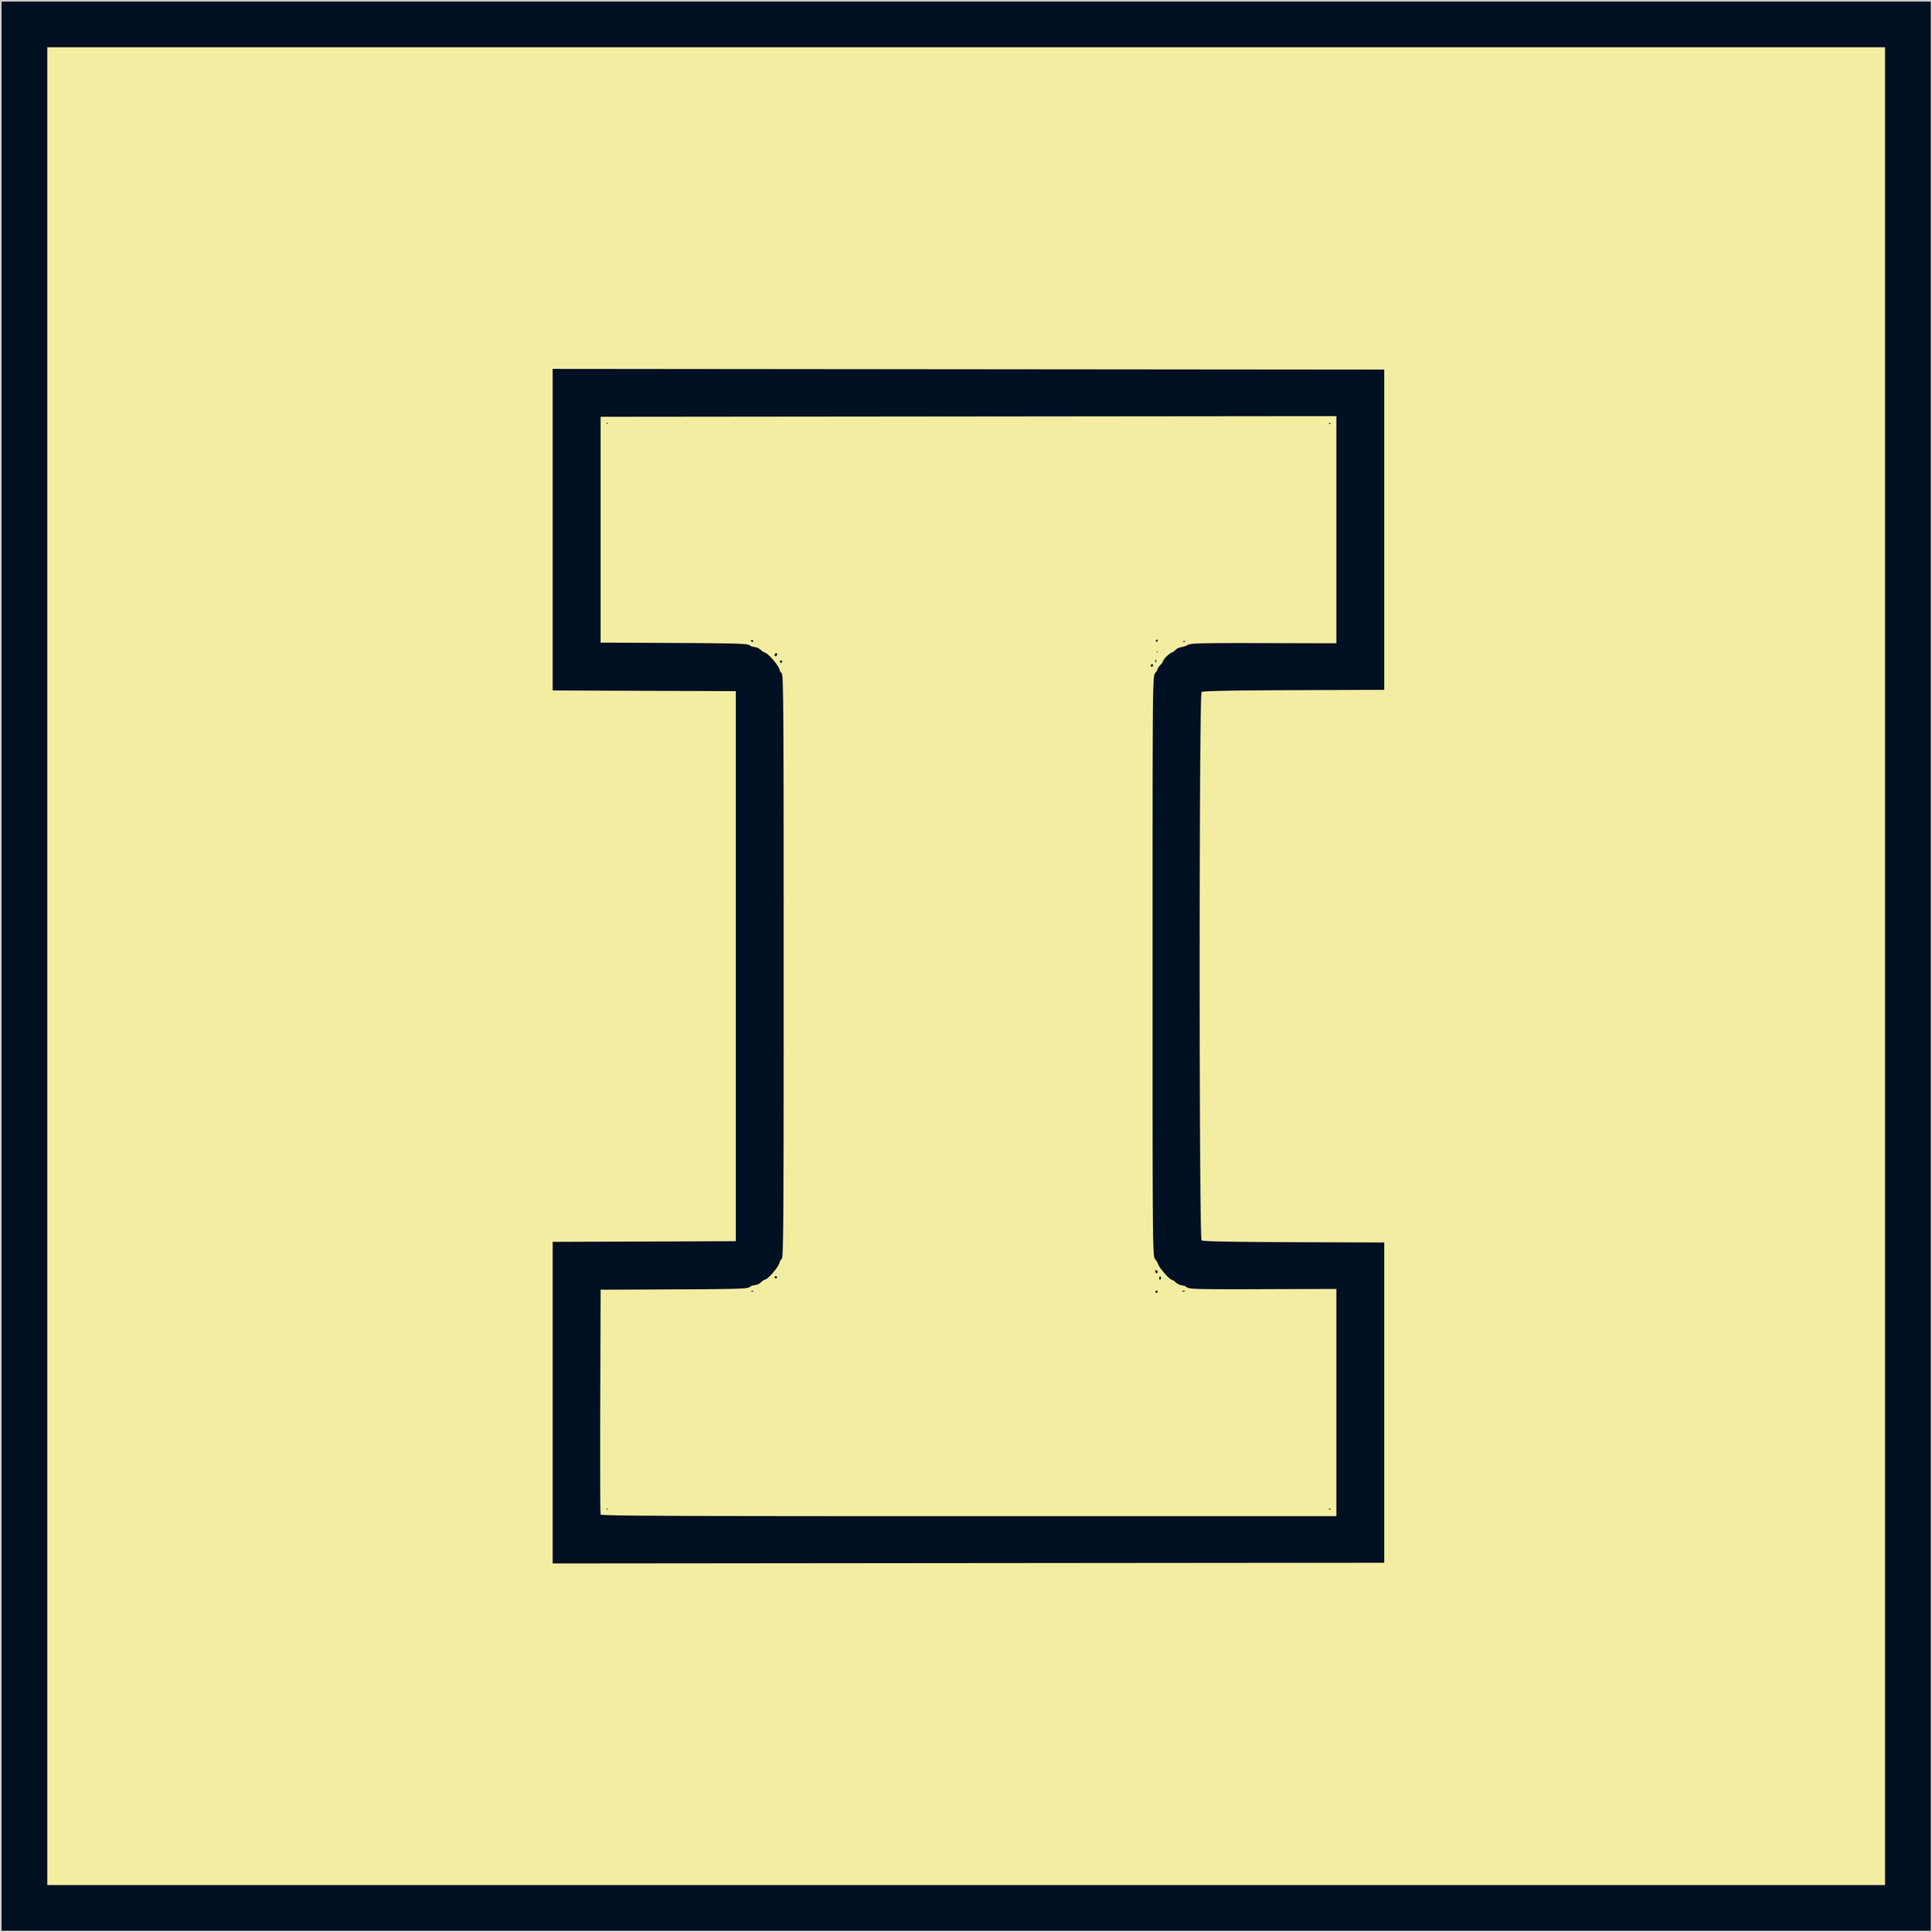
<source format=kicad_pcb>
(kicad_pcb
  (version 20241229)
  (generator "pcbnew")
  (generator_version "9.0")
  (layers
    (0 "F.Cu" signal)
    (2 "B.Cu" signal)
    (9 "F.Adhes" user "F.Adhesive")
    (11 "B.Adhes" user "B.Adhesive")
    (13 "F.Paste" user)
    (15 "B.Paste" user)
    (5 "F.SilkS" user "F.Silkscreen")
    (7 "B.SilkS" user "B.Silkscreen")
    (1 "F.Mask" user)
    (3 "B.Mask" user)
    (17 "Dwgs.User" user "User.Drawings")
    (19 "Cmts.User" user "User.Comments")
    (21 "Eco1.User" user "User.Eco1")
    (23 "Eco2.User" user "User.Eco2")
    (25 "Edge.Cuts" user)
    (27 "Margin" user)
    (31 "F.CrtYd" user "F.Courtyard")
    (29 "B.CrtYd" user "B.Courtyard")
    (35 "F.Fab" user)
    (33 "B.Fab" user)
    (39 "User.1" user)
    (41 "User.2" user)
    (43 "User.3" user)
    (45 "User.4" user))
  (footprint "I"
    (layer "F.Cu")
    (at 59.267 59.267)
    (property "Reference" "I" (at 0 0 0) (layer "F.SilkS") (effects (font (size 1.5 1.5) (thickness 0.3))))
    (attr board_only exclude_from_pos_files exclude_from_bom)
    (fp_poly (pts (xy 59.267 0) (xy 59.267 59.267) (xy 0 59.267) (xy -59.267 59.267) (xy -59.267 0) (xy -59.267 -38.524) (xy -26.67 -38.524) (xy -26.67 -28.152) (xy -26.67 -17.781) (xy -20.765 -17.759) (xy -14.859 -17.738) (xy -14.859 0) (xy -14.859 17.738) (xy -20.765 17.759) (xy -26.67 17.781) (xy -26.67 28.152) (xy -26.67 38.524) (xy 0.148 38.502) (xy 26.966 38.481) (xy 26.966 28.152) (xy 26.966 17.822) (xy 21.132 17.801) (xy 19.866 17.795) (xy 18.765 17.788) (xy 17.821 17.779) (xy 17.031 17.769) (xy 16.389 17.756) (xy 15.889 17.742) (xy 15.526 17.726) (xy 15.295 17.708) (xy 15.19 17.688) (xy 15.185 17.685) (xy 15.171 17.59) (xy 15.158 17.335) (xy 15.146 16.931) (xy 15.134 16.385) (xy 15.124 15.709) (xy 15.114 14.912) (xy 15.105 14.003) (xy 15.097 12.992) (xy 15.089 11.889) (xy 15.083 10.703) (xy 15.077 9.444) (xy 15.072 8.122) (xy 15.068 6.746) (xy 15.064 5.325) (xy 15.062 3.87) (xy 15.06 2.39) (xy 15.059 0.894) (xy 15.059 -0.607) (xy 15.06 -2.104) (xy 15.061 -3.588) (xy 15.064 -5.049) (xy 15.067 -6.477) (xy 15.071 -7.862) (xy 15.076 -9.196) (xy 15.081 -10.468) (xy 15.088 -11.668) (xy 15.095 -12.788) (xy 15.103 -13.817) (xy 15.112 -14.746) (xy 15.122 -15.566) (xy 15.132 -16.266) (xy 15.144 -16.837) (xy 15.156 -17.269) (xy 15.169 -17.553) (xy 15.183 -17.68) (xy 15.185 -17.685) (xy 15.272 -17.706) (xy 15.485 -17.724) (xy 15.829 -17.74) (xy 16.309 -17.755) (xy 16.93 -17.767) (xy 17.699 -17.778) (xy 18.62 -17.787) (xy 19.699 -17.794) (xy 20.941 -17.8) (xy 21.132 -17.801) (xy 26.966 -17.822) (xy 26.966 -28.152) (xy 26.966 -38.481) (xy 0.148 -38.502) (xy -26.67 -38.524) (xy -59.267 -38.524) (xy -59.267 -59.267) (xy 0 -59.267) (xy 59.267 -59.267)) (stroke (width 0) (type solid)) (fill yes) (layer "F.SilkS"))
    (fp_poly (pts (xy 23.876 -28.151) (xy 23.876 -20.828) (xy 19.177 -20.838) (xy 18.156 -20.84) (xy 17.291 -20.84) (xy 16.568 -20.839) (xy 15.973 -20.835) (xy 15.495 -20.829) (xy 15.118 -20.821) (xy 14.83 -20.809) (xy 14.616 -20.794) (xy 14.464 -20.775) (xy 14.36 -20.751) (xy 14.291 -20.724) (xy 14.27 -20.711) (xy 14.044 -20.608) (xy 13.859 -20.574) (xy 13.649 -20.513) (xy 13.504 -20.405) (xy 13.363 -20.278) (xy 13.272 -20.235) (xy 13.154 -20.177) (xy 12.986 -20.038) (xy 12.822 -19.87) (xy 12.715 -19.724) (xy 12.7 -19.677) (xy 12.643 -19.556) (xy 12.531 -19.431) (xy 12.404 -19.29) (xy 12.361 -19.198) (xy 12.313 -19.082) (xy 12.197 -18.91) (xy 12.192 -18.904) (xy 12.173 -18.878) (xy 12.156 -18.846) (xy 12.139 -18.802) (xy 12.125 -18.739) (xy 12.111 -18.649) (xy 12.099 -18.527) (xy 12.088 -18.366) (xy 12.078 -18.16) (xy 12.069 -17.9) (xy 12.061 -17.582) (xy 12.054 -17.198) (xy 12.048 -16.741) (xy 12.043 -16.205) (xy 12.039 -15.584) (xy 12.035 -14.87) (xy 12.032 -14.057) (xy 12.029 -13.138) (xy 12.027 -12.107) (xy 12.026 -10.957) (xy 12.025 -9.681) (xy 12.024 -8.273) (xy 12.023 -6.726) (xy 12.023 -5.033) (xy 12.023 -3.187) (xy 12.023 -1.183) (xy 12.023 0) (xy 12.023 2.095) (xy 12.023 4.028) (xy 12.023 5.805) (xy 12.023 7.432) (xy 12.024 8.916) (xy 12.025 10.265) (xy 12.026 11.484) (xy 12.028 12.58) (xy 12.03 13.561) (xy 12.033 14.431) (xy 12.037 15.2) (xy 12.041 15.872) (xy 12.045 16.454) (xy 12.051 16.954) (xy 12.057 17.377) (xy 12.065 17.731) (xy 12.073 18.023) (xy 12.082 18.258) (xy 12.093 18.443) (xy 12.104 18.586) (xy 12.117 18.693) (xy 12.131 18.77) (xy 12.146 18.824) (xy 12.163 18.862) (xy 12.181 18.89) (xy 12.192 18.904) (xy 12.309 19.065) (xy 12.361 19.163) (xy 12.361 19.165) (xy 12.416 19.307) (xy 12.555 19.517) (xy 12.745 19.756) (xy 12.949 19.983) (xy 13.134 20.155) (xy 13.263 20.233) (xy 13.272 20.234) (xy 13.404 20.294) (xy 13.524 20.405) (xy 13.713 20.536) (xy 13.876 20.574) (xy 14.104 20.63) (xy 14.235 20.711) (xy 14.281 20.741) (xy 14.356 20.766) (xy 14.473 20.786) (xy 14.645 20.803) (xy 14.887 20.816) (xy 15.211 20.826) (xy 15.631 20.832) (xy 16.159 20.836) (xy 16.809 20.838) (xy 17.594 20.838) (xy 18.528 20.836) (xy 19.131 20.834) (xy 23.876 20.82) (xy 23.876 28.147) (xy 23.876 35.474) (xy 0.167 35.474) (xy -2.291 35.474) (xy -4.584 35.474) (xy -6.718 35.473) (xy -8.697 35.472) (xy -10.527 35.471) (xy -12.212 35.469) (xy -13.758 35.467) (xy -15.169 35.464) (xy -16.451 35.461) (xy -17.608 35.458) (xy -18.645 35.454) (xy -19.568 35.449) (xy -20.381 35.444) (xy -21.089 35.439) (xy -21.697 35.432) (xy -22.211 35.426) (xy -22.635 35.418) (xy -22.974 35.41) (xy -23.233 35.402) (xy -23.417 35.392) (xy -23.531 35.382) (xy -23.58 35.372) (xy -23.583 35.369) (xy -23.588 35.27) (xy -23.593 35.015) (xy -23.593 35.01) (xy -23.199 35.01) (xy -23.156 35.052) (xy -23.114 35.01) (xy -23.128 34.996) (xy 23.396 34.996) (xy 23.408 35.046) (xy 23.453 35.052) (xy 23.522 35.021) (xy 23.509 34.996) (xy 23.409 34.985) (xy 23.396 34.996) (xy -23.128 34.996) (xy -23.156 34.967) (xy -23.199 35.01) (xy -23.593 35.01) (xy -23.598 34.615) (xy -23.601 34.083) (xy -23.604 33.432) (xy -23.605 32.675) (xy -23.606 31.823) (xy -23.606 30.89) (xy -23.605 29.888) (xy -23.603 28.829) (xy -23.601 28.067) (xy -23.58 20.941) (xy -13.857 20.941) (xy -13.845 20.991) (xy -13.801 20.997) (xy 12.192 20.997) (xy 12.256 21.08) (xy 12.277 21.082) (xy 12.359 21.018) (xy 12.361 20.997) (xy 12.345 20.977) (xy 13.922 20.977) (xy 14.005 20.991) (xy 14.115 20.975) (xy 14.116 20.946) (xy 14.003 20.926) (xy 13.954 20.939) (xy 13.922 20.977) (xy 12.345 20.977) (xy 12.297 20.915) (xy 12.277 20.913) (xy 12.194 20.977) (xy 12.192 20.997) (xy -13.801 20.997) (xy -13.731 20.966) (xy -13.744 20.941) (xy -13.845 20.931) (xy -13.857 20.941) (xy -23.58 20.941) (xy -23.58 20.87) (xy -18.827 20.848) (xy -17.794 20.843) (xy -16.917 20.838) (xy -16.184 20.831) (xy -15.583 20.823) (xy -15.099 20.814) (xy -14.721 20.802) (xy -14.436 20.788) (xy -14.231 20.771) (xy -14.094 20.751) (xy -14.011 20.728) (xy -13.969 20.7) (xy -13.969 20.7) (xy -13.81 20.605) (xy -13.634 20.574) (xy -13.402 20.513) (xy -13.25 20.405) (xy -13.104 20.277) (xy -13.004 20.233) (xy -12.863 20.165) (xy -12.749 20.066) (xy -12.361 20.066) (xy -12.297 20.148) (xy -12.277 20.151) (xy -12.216 20.103) (xy 12.446 20.103) (xy 12.474 20.226) (xy 12.547 20.189) (xy 12.569 20.157) (xy 12.559 20.048) (xy 12.532 20.025) (xy 12.458 20.043) (xy 12.446 20.103) (xy -12.216 20.103) (xy -12.194 20.086) (xy -12.192 20.066) (xy -12.256 19.984) (xy -12.277 19.981) (xy -12.359 20.046) (xy -12.361 20.066) (xy -12.749 20.066) (xy -12.666 19.994) (xy -12.449 19.76) (xy -12.386 19.68) (xy 12.192 19.68) (xy 12.236 19.796) (xy 12.277 19.812) (xy 12.359 19.751) (xy 12.361 19.732) (xy 12.3 19.618) (xy 12.277 19.6) (xy 12.204 19.62) (xy 12.192 19.68) (xy -12.386 19.68) (xy -12.247 19.505) (xy -12.094 19.27) (xy -12.024 19.094) (xy -12.023 19.077) (xy -11.964 18.952) (xy -11.896 18.881) (xy -11.881 18.855) (xy -11.868 18.798) (xy -11.856 18.703) (xy -11.845 18.564) (xy -11.835 18.375) (xy -11.825 18.129) (xy -11.817 17.82) (xy -11.809 17.441) (xy -11.803 16.986) (xy -11.797 16.449) (xy -11.791 15.823) (xy -11.787 15.101) (xy -11.783 14.278) (xy -11.78 13.347) (xy -11.777 12.302) (xy -11.774 11.136) (xy -11.773 9.842) (xy -11.771 8.415) (xy -11.77 6.848) (xy -11.769 5.134) (xy -11.769 3.267) (xy -11.769 1.242) (xy -11.769 0) (xy -11.769 -2.12) (xy -11.769 -4.078) (xy -11.77 -5.879) (xy -11.771 -7.53) (xy -11.772 -9.037) (xy -11.773 -10.406) (xy -11.775 -11.645) (xy -11.778 -12.76) (xy -11.781 -13.756) (xy -11.785 -14.64) (xy -11.789 -15.419) (xy -11.794 -16.1) (xy -11.799 -16.687) (xy -11.805 -17.189) (xy -11.812 -17.611) (xy -11.82 -17.959) (xy -11.829 -18.241) (xy -11.839 -18.462) (xy -11.849 -18.629) (xy -11.861 -18.748) (xy -11.874 -18.826) (xy -11.887 -18.869) (xy -11.896 -18.881) (xy -12.003 -19.011) (xy -12.023 -19.077) (xy -12.078 -19.241) (xy -12.199 -19.434) (xy 11.889 -19.434) (xy 11.896 -19.389) (xy 11.968 -19.308) (xy 11.98 -19.304) (xy 12.048 -19.363) (xy 12.065 -19.389) (xy 12.045 -19.46) (xy 11.98 -19.473) (xy 11.889 -19.434) (xy -12.199 -19.434) (xy -12.222 -19.471) (xy -12.356 -19.643) (xy -12.023 -19.643) (xy -11.958 -19.56) (xy -11.938 -19.558) (xy -11.856 -19.622) (xy -11.853 -19.643) (xy -11.892 -19.692) (xy 12.199 -19.692) (xy 12.214 -19.582) (xy 12.243 -19.581) (xy 12.263 -19.694) (xy 12.25 -19.743) (xy 12.212 -19.775) (xy 12.199 -19.692) (xy -11.892 -19.692) (xy -11.918 -19.725) (xy -11.938 -19.727) (xy -12.02 -19.663) (xy -12.023 -19.643) (xy -12.356 -19.643) (xy -12.42 -19.726) (xy -12.637 -19.964) (xy -12.744 -20.061) (xy -12.361 -20.061) (xy -12.297 -19.984) (xy -12.277 -19.981) (xy -12.202 -20.05) (xy -12.192 -20.113) (xy -12.233 -20.201) (xy -12.277 -20.193) (xy -12.358 -20.085) (xy -12.361 -20.061) (xy -12.744 -20.061) (xy -12.838 -20.146) (xy -12.99 -20.231) (xy -13.004 -20.233) (xy -13.096 -20.278) (xy 12.277 -20.278) (xy 12.319 -20.235) (xy 12.361 -20.278) (xy 12.319 -20.32) (xy 12.277 -20.278) (xy -13.096 -20.278) (xy -13.126 -20.292) (xy -13.25 -20.405) (xy -13.445 -20.535) (xy -13.617 -20.574) (xy -13.839 -20.623) (xy -13.968 -20.699) (xy -14.018 -20.727) (xy -14.112 -20.75) (xy -14.261 -20.77) (xy -14.48 -20.787) (xy -14.781 -20.801) (xy -15.177 -20.812) (xy -15.679 -20.822) (xy -16.302 -20.83) (xy -17.058 -20.837) (xy -17.96 -20.843) (xy -18.843 -20.847) (xy -23.58 -20.87) (xy -23.58 -21.002) (xy -13.885 -21.002) (xy -13.824 -20.916) (xy -13.801 -20.913) (xy -13.718 -20.942) (xy -13.716 -20.95) (xy -13.755 -20.997) (xy 12.234 -20.997) (xy 12.241 -20.919) (xy 12.272 -20.913) (xy 12.351 -20.969) (xy 13.998 -20.969) (xy 14.01 -20.919) (xy 14.055 -20.913) (xy 14.124 -20.944) (xy 14.111 -20.969) (xy 14.011 -20.979) (xy 13.998 -20.969) (xy 12.351 -20.969) (xy 12.358 -20.974) (xy 12.361 -20.997) (xy 12.332 -21.08) (xy 12.324 -21.082) (xy 12.252 -21.023) (xy 12.234 -20.997) (xy -13.755 -20.997) (xy -13.775 -21.022) (xy -13.801 -21.04) (xy -13.879 -21.033) (xy -13.885 -21.002) (xy -23.58 -21.002) (xy -23.58 -28.152) (xy -23.58 -35.01) (xy -23.199 -35.01) (xy -23.156 -34.967) (xy -23.114 -35.01) (xy -23.128 -35.024) (xy 23.396 -35.024) (xy 23.408 -34.973) (xy 23.453 -34.967) (xy 23.522 -34.998) (xy 23.509 -35.024) (xy 23.409 -35.034) (xy 23.396 -35.024) (xy -23.128 -35.024) (xy -23.156 -35.052) (xy -23.199 -35.01) (xy -23.58 -35.01) (xy -23.58 -35.433) (xy 0.148 -35.454) (xy 23.876 -35.475)) (stroke (width 0) (type solid)) (fill yes) (layer "F.SilkS")))
  (gr_rect
    (start -3 -3)
    (end 121.533 121.533)
    (stroke (width 0.1) (type default))
    (fill no)
    (layer "Edge.Cuts")))
</source>
